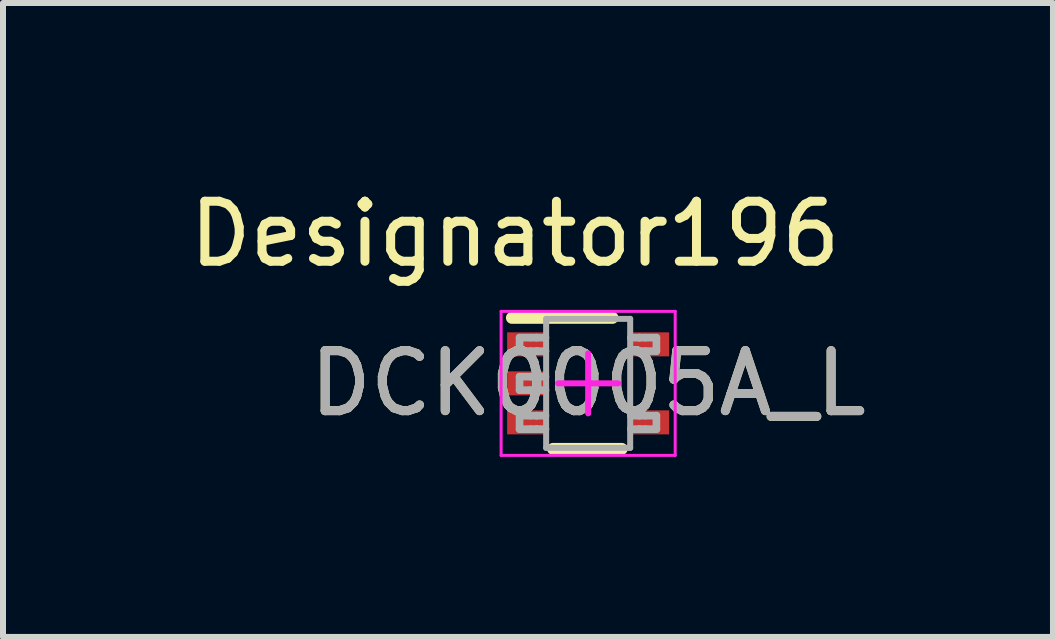
<source format=kicad_pcb>
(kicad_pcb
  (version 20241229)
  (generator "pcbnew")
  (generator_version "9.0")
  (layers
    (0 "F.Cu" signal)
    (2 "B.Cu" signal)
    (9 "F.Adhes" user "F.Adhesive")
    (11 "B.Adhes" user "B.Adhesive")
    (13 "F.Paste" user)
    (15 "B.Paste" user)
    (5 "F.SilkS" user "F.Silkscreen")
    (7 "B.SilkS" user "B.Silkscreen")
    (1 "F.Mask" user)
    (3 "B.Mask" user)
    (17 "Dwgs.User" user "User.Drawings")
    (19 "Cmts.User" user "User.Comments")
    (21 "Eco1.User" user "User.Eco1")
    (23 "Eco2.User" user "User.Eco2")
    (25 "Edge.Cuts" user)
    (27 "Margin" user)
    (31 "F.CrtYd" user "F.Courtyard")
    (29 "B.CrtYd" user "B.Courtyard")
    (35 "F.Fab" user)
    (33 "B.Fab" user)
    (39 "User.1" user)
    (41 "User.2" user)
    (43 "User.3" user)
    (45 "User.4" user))
  (footprint "DCK0005A_L"
    (layer "F.Cu")
    (at 6.749 3.337)
    (property "Reference" "DCK0005A_L" (at 0 0 0) (unlocked yes) (layer "F.SilkS") (effects (font (size 1 1) (thickness 0.15))))
    (attr smd)
    (fp_line (start -1.27 -1.092) (end 0.406 -1.092) (stroke (width 0.2) (type solid)) (layer "F.SilkS"))
    (fp_line (start -0.584 1.092) (end 0.559 1.092) (stroke (width 0.2) (type solid)) (layer "F.SilkS"))
    (fp_line (start -1.45 -1.2) (end 1.45 -1.2) (stroke (width 0.05) (type solid)) (layer "F.CrtYd"))
    (fp_line (start -1.45 1.2) (end -1.45 -1.2) (stroke (width 0.05) (type solid)) (layer "F.CrtYd"))
    (fp_line (start -1.45 1.2) (end 1.45 1.2) (stroke (width 0.05) (type solid)) (layer "F.CrtYd"))
    (fp_line (start -0.5 0) (end 0.5 0) (stroke (width 0.1) (type solid)) (layer "F.CrtYd"))
    (fp_line (start -0.000003 0.5) (end -0.000003 -0.5) (stroke (width 0.1) (type solid)) (layer "F.CrtYd"))
    (fp_line (start 1.45 1.2) (end 1.45 -1.2) (stroke (width 0.05) (type solid)) (layer "F.CrtYd"))
    (fp_line (start -1.143 -0.762) (end -0.959 -0.762) (stroke (width 0.127) (type solid)) (layer "F.Fab"))
    (fp_line (start -1.143 -0.537) (end -1.143 -0.762) (stroke (width 0.127) (type solid)) (layer "F.Fab"))
    (fp_line (start -1.143 -0.537) (end -0.959 -0.537) (stroke (width 0.127) (type solid)) (layer "F.Fab"))
    (fp_line (start -1.143 -0.112) (end -0.959 -0.112) (stroke (width 0.127) (type solid)) (layer "F.Fab"))
    (fp_line (start -1.143 0.113) (end -1.143 -0.112) (stroke (width 0.127) (type solid)) (layer "F.Fab"))
    (fp_line (start -1.143 0.113) (end -0.959 0.113) (stroke (width 0.127) (type solid)) (layer "F.Fab"))
    (fp_line (start -1.143 0.538) (end -0.959 0.538) (stroke (width 0.127) (type solid)) (layer "F.Fab"))
    (fp_line (start -1.143 0.763) (end -1.143 0.538) (stroke (width 0.127) (type solid)) (layer "F.Fab"))
    (fp_line (start -1.143 0.763) (end -0.959 0.763) (stroke (width 0.127) (type solid)) (layer "F.Fab"))
    (fp_line (start -0.959 -0.762) (end -0.711 -0.762) (stroke (width 0.127) (type solid)) (layer "F.Fab"))
    (fp_line (start -0.959 -0.537) (end -0.865 -0.537) (stroke (width 0.127) (type solid)) (layer "F.Fab"))
    (fp_line (start -0.959 -0.112) (end -0.865 -0.112) (stroke (width 0.127) (type solid)) (layer "F.Fab"))
    (fp_line (start -0.959 0.113) (end -0.865 0.113) (stroke (width 0.127) (type solid)) (layer "F.Fab"))
    (fp_line (start -0.959 0.538) (end -0.865 0.538) (stroke (width 0.127) (type solid)) (layer "F.Fab"))
    (fp_line (start -0.959 0.763) (end -0.865 0.763) (stroke (width 0.127) (type solid)) (layer "F.Fab"))
    (fp_line (start -0.865 -0.762) (end -0.853 -0.762) (stroke (width 0.127) (type solid)) (layer "F.Fab"))
    (fp_line (start -0.865 -0.537) (end -0.853 -0.537) (stroke (width 0.127) (type solid)) (layer "F.Fab"))
    (fp_line (start -0.865 -0.112) (end -0.853 -0.112) (stroke (width 0.127) (type solid)) (layer "F.Fab"))
    (fp_line (start -0.865 0.113) (end -0.853 0.113) (stroke (width 0.127) (type solid)) (layer "F.Fab"))
    (fp_line (start -0.865 0.538) (end -0.853 0.538) (stroke (width 0.127) (type solid)) (layer "F.Fab"))
    (fp_line (start -0.865 0.763) (end -0.853 0.763) (stroke (width 0.127) (type solid)) (layer "F.Fab"))
    (fp_line (start -0.853 -0.537) (end -0.711 -0.537) (stroke (width 0.127) (type solid)) (layer "F.Fab"))
    (fp_line (start -0.853 -0.112) (end -0.711 -0.112) (stroke (width 0.127) (type solid)) (layer "F.Fab"))
    (fp_line (start -0.853 0.113) (end -0.711 0.113) (stroke (width 0.127) (type solid)) (layer "F.Fab"))
    (fp_line (start -0.853 0.538) (end -0.711 0.538) (stroke (width 0.127) (type solid)) (layer "F.Fab"))
    (fp_line (start -0.853 0.763) (end -0.711 0.763) (stroke (width 0.127) (type solid)) (layer "F.Fab"))
    (fp_line (start -0.7 -1.075) (end 0.7 -1.075) (stroke (width 0.1) (type solid)) (layer "F.Fab"))
    (fp_line (start -0.7 1.075) (end -0.7 -1.075) (stroke (width 0.1) (type solid)) (layer "F.Fab"))
    (fp_line (start -0.7 1.075) (end 0.7 1.075) (stroke (width 0.1) (type solid)) (layer "F.Fab"))
    (fp_line (start 0.7 1.075) (end 0.7 -1.075) (stroke (width 0.1) (type solid)) (layer "F.Fab"))
    (fp_line (start 0.711 -0.762) (end 0.847 -0.762) (stroke (width 0.127) (type solid)) (layer "F.Fab"))
    (fp_line (start 0.711 -0.537) (end 0.847 -0.537) (stroke (width 0.127) (type solid)) (layer "F.Fab"))
    (fp_line (start 0.711 0.538) (end 0.847 0.538) (stroke (width 0.127) (type solid)) (layer "F.Fab"))
    (fp_line (start 0.711 0.763) (end 0.847 0.763) (stroke (width 0.127) (type solid)) (layer "F.Fab"))
    (fp_line (start 0.847 -0.762) (end 0.859 -0.762) (stroke (width 0.127) (type solid)) (layer "F.Fab"))
    (fp_line (start 0.847 -0.537) (end 0.859 -0.537) (stroke (width 0.127) (type solid)) (layer "F.Fab"))
    (fp_line (start 0.847 0.538) (end 0.859 0.538) (stroke (width 0.127) (type solid)) (layer "F.Fab"))
    (fp_line (start 0.847 0.763) (end 0.859 0.763) (stroke (width 0.127) (type solid)) (layer "F.Fab"))
    (fp_line (start 0.859 -0.762) (end 0.953 -0.762) (stroke (width 0.127) (type solid)) (layer "F.Fab"))
    (fp_line (start 0.859 -0.537) (end 0.953 -0.537) (stroke (width 0.127) (type solid)) (layer "F.Fab"))
    (fp_line (start 0.859 0.538) (end 0.953 0.538) (stroke (width 0.127) (type solid)) (layer "F.Fab"))
    (fp_line (start 0.859 0.763) (end 0.953 0.763) (stroke (width 0.127) (type solid)) (layer "F.Fab"))
    (fp_line (start 0.953 -0.762) (end 1.137 -0.762) (stroke (width 0.127) (type solid)) (layer "F.Fab"))
    (fp_line (start 0.953 -0.537) (end 1.137 -0.537) (stroke (width 0.127) (type solid)) (layer "F.Fab"))
    (fp_line (start 0.953 0.538) (end 1.137 0.538) (stroke (width 0.127) (type solid)) (layer "F.Fab"))
    (fp_line (start 0.953 0.763) (end 1.137 0.763) (stroke (width 0.127) (type solid)) (layer "F.Fab"))
    (fp_line (start 1.137 -0.537) (end 1.137 -0.762) (stroke (width 0.127) (type solid)) (layer "F.Fab"))
    (fp_line (start 1.137 0.763) (end 1.137 0.538) (stroke (width 0.127) (type solid)) (layer "F.Fab"))
    (fp_text user "Designator196" (at -1.219 -2.489 0) (unlocked yes) (layer "F.SilkS") (effects (font (size 1 1) (thickness 0.15))))
    (fp_text user "${REFERENCE}" (at 0 0 0) (unlocked yes) (layer "F.Fab") (effects (font (size 1 1) (thickness 0.15))))
    (pad "1" smd rect (at -1.025 -0.65 90) (size 0.4 0.65) (layers "F.Cu" "F.Mask" "F.Paste"))
    (pad "2" smd rect (at -1.025 0 90) (size 0.4 0.65) (layers "F.Cu" "F.Mask" "F.Paste"))
    (pad "3" smd rect (at -1.025 0.65 90) (size 0.4 0.65) (layers "F.Cu" "F.Mask" "F.Paste"))
    (pad "4" smd rect (at 1.025 0.65 90) (size 0.4 0.65) (layers "F.Cu" "F.Mask" "F.Paste"))
    (pad "5" smd rect (at 1.025 -0.65 90) (size 0.4 0.65) (layers "F.Cu" "F.Mask" "F.Paste")))
  (gr_rect
    (start -3 -3)
    (end 14.493 7.562)
    (stroke (width 0.1) (type default))
    (fill no)
    (layer "Edge.Cuts")))
</source>
